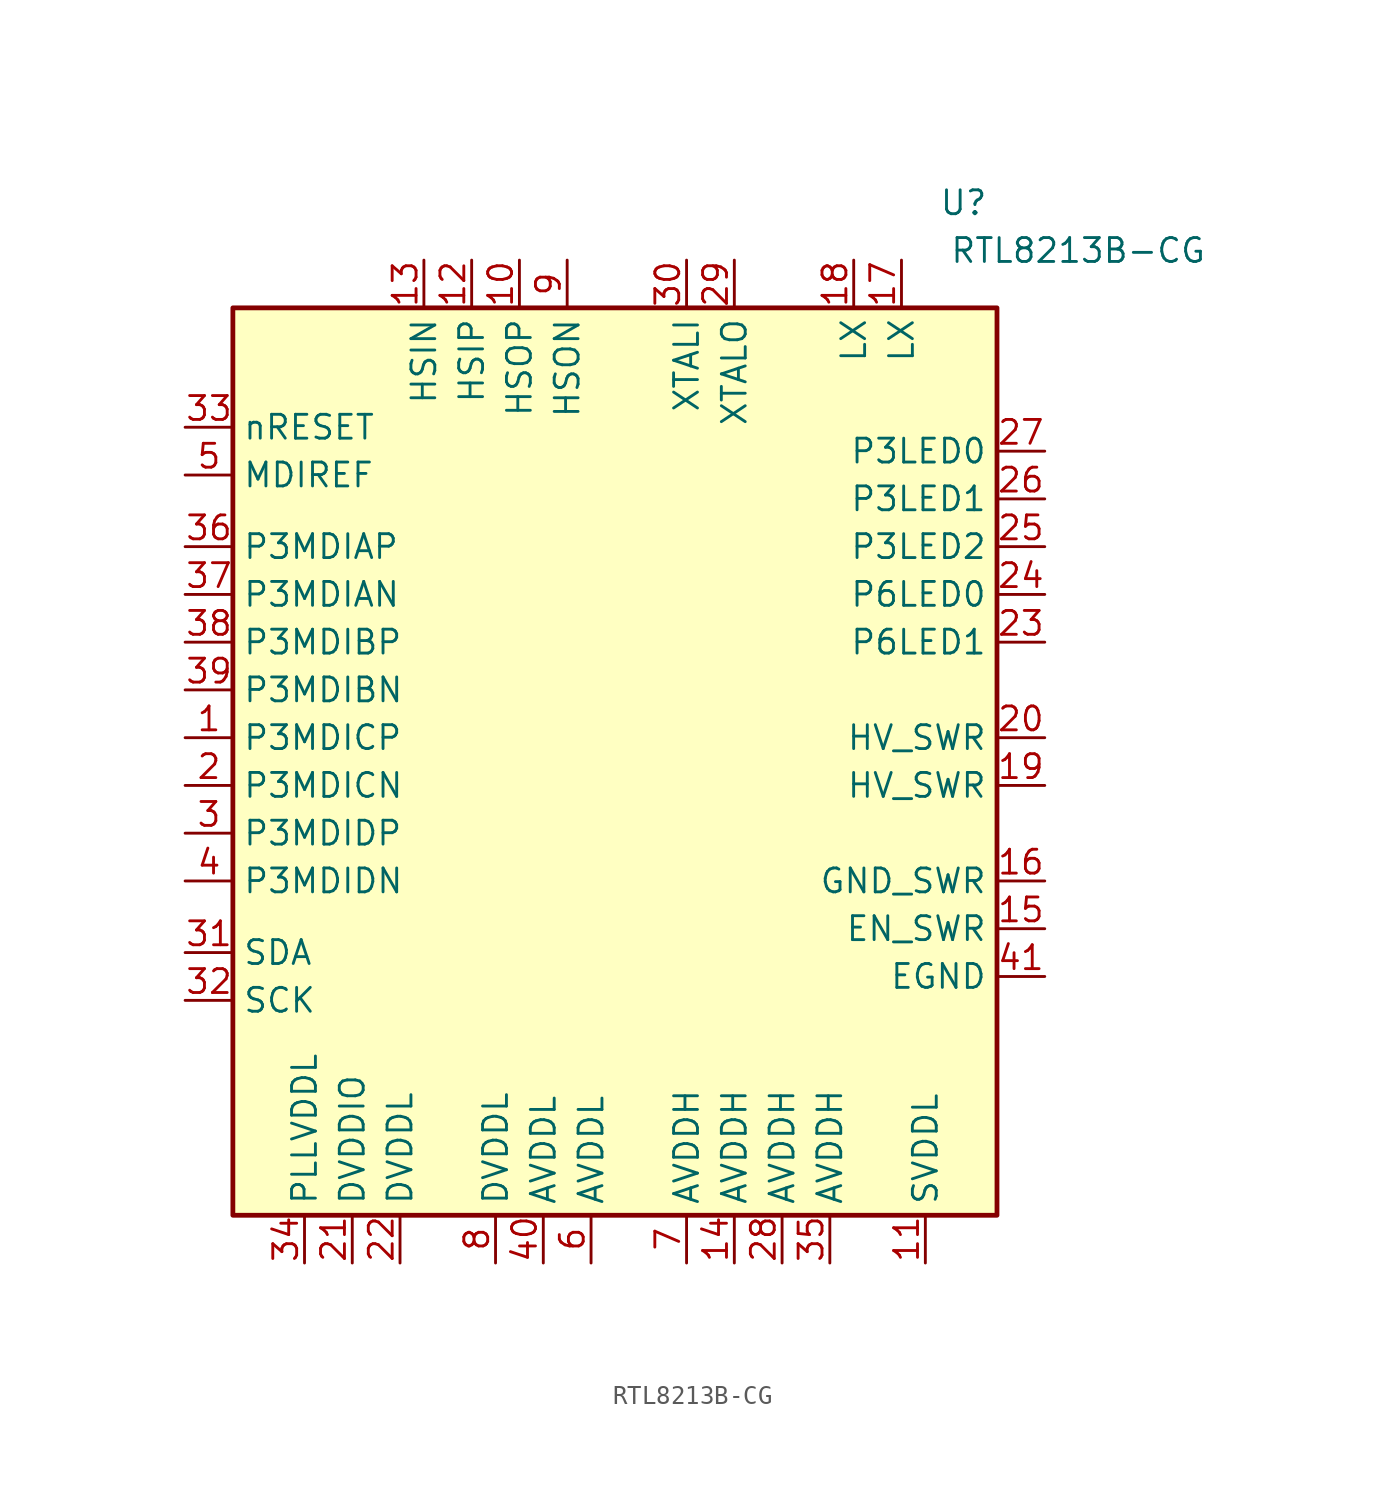
<source format=kicad_sym>
(kicad_symbol_lib
  (version 20231120)
  (generator "kicad_symbol_editor")
  (generator_version "8.0")
  (symbol "RTL8213B-CG"
    (property "Reference" "U"
      (at 18.542 29.718 0)
      (effects (font (size 1.27 1.27))))
    (property "Value" "RTL8213B-CG"
      (at 24.638 27.178 0)
      (effects (font (size 1.27 1.27))))
    (symbol "RTL8213B-CG_1_1"
      (rectangle (start -20.32 24.13) (end 20.32 -24.13) (stroke (width 0.254) (type default)) (fill (type background)))
      (pin bidirectional line (at -22.86 1.27 0) (length 2.54) (name "P3MDICP" (effects (font (size 1.27 1.27)))) (number "1" (effects (font (size 1.27 1.27)))))
      (pin output line (at -5.08 26.67 270) (length 2.54) (name "HSOP" (effects (font (size 1.27 1.27)))) (number "10" (effects (font (size 1.27 1.27)))))
      (pin power_in line (at 16.51 -26.67 90) (length 2.54) (name "SVDDL" (effects (font (size 1.27 1.27)))) (number "11" (effects (font (size 1.27 1.27)))))
      (pin input line (at -7.62 26.67 270) (length 2.54) (name "HSIP" (effects (font (size 1.27 1.27)))) (number "12" (effects (font (size 1.27 1.27)))))
      (pin input line (at -10.16 26.67 270) (length 2.54) (name "HSIN" (effects (font (size 1.27 1.27)))) (number "13" (effects (font (size 1.27 1.27)))))
      (pin power_in line (at 6.35 -26.67 90) (length 2.54) (name "AVDDH" (effects (font (size 1.27 1.27)))) (number "14" (effects (font (size 1.27 1.27)))))
      (pin input line (at 22.86 -8.89 180) (length 2.54) (name "EN_SWR" (effects (font (size 1.27 1.27)))) (number "15" (effects (font (size 1.27 1.27)))))
      (pin power_in line (at 22.86 -6.35 180) (length 2.54) (name "GND_SWR" (effects (font (size 1.27 1.27)))) (number "16" (effects (font (size 1.27 1.27)))))
      (pin output line (at 15.24 26.67 270) (length 2.54) (name "LX" (effects (font (size 1.27 1.27)))) (number "17" (effects (font (size 1.27 1.27)))))
      (pin output line (at 12.7 26.67 270) (length 2.54) (name "LX" (effects (font (size 1.27 1.27)))) (number "18" (effects (font (size 1.27 1.27)))))
      (pin power_out line (at 22.86 -1.27 180) (length 2.54) (name "HV_SWR" (effects (font (size 1.27 1.27)))) (number "19" (effects (font (size 1.27 1.27)))))
      (pin bidirectional line (at -22.86 -1.27 0) (length 2.54) (name "P3MDICN" (effects (font (size 1.27 1.27)))) (number "2" (effects (font (size 1.27 1.27)))))
      (pin power_out line (at 22.86 1.27 180) (length 2.54) (name "HV_SWR" (effects (font (size 1.27 1.27)))) (number "20" (effects (font (size 1.27 1.27)))))
      (pin power_out line (at -13.97 -26.67 90) (length 2.54) (name "DVDDIO" (effects (font (size 1.27 1.27)))) (number "21" (effects (font (size 1.27 1.27)))))
      (pin power_out line (at -11.43 -26.67 90) (length 2.54) (name "DVDDL" (effects (font (size 1.27 1.27)))) (number "22" (effects (font (size 1.27 1.27)))))
      (pin bidirectional line (at 22.86 6.35 180) (length 2.54) (name "P6LED1" (effects (font (size 1.27 1.27)))) (number "23" (effects (font (size 1.27 1.27)))))
      (pin bidirectional line (at 22.86 8.89 180) (length 2.54) (name "P6LED0" (effects (font (size 1.27 1.27)))) (number "24" (effects (font (size 1.27 1.27)))))
      (pin bidirectional line (at 22.86 11.43 180) (length 2.54) (name "P3LED2" (effects (font (size 1.27 1.27)))) (number "25" (effects (font (size 1.27 1.27)))))
      (pin bidirectional line (at 22.86 13.97 180) (length 2.54) (name "P3LED1" (effects (font (size 1.27 1.27)))) (number "26" (effects (font (size 1.27 1.27)))))
      (pin bidirectional line (at 22.86 16.51 180) (length 2.54) (name "P3LED0" (effects (font (size 1.27 1.27)))) (number "27" (effects (font (size 1.27 1.27)))))
      (pin power_in line (at 8.89 -26.67 90) (length 2.54) (name "AVDDH" (effects (font (size 1.27 1.27)))) (number "28" (effects (font (size 1.27 1.27)))))
      (pin output line (at 6.35 26.67 270) (length 2.54) (name "XTALO" (effects (font (size 1.27 1.27)))) (number "29" (effects (font (size 1.27 1.27)))))
      (pin bidirectional line (at -22.86 -3.81 0) (length 2.54) (name "P3MDIDP" (effects (font (size 1.27 1.27)))) (number "3" (effects (font (size 1.27 1.27)))))
      (pin input line (at 3.81 26.67 270) (length 2.54) (name "XTALI" (effects (font (size 1.27 1.27)))) (number "30" (effects (font (size 1.27 1.27)))))
      (pin bidirectional line (at -22.86 -10.16 0) (length 2.54) (name "SDA" (effects (font (size 1.27 1.27)))) (number "31" (effects (font (size 1.27 1.27)))))
      (pin bidirectional line (at -22.86 -12.7 0) (length 2.54) (name "SCK" (effects (font (size 1.27 1.27)))) (number "32" (effects (font (size 1.27 1.27)))))
      (pin input line (at -22.86 17.78 0) (length 2.54) (name "nRESET" (effects (font (size 1.27 1.27)))) (number "33" (effects (font (size 1.27 1.27)))))
      (pin power_in line (at -16.51 -26.67 90) (length 2.54) (name "PLLVDDL" (effects (font (size 1.27 1.27)))) (number "34" (effects (font (size 1.27 1.27)))))
      (pin power_in line (at 11.43 -26.67 90) (length 2.54) (name "AVDDH" (effects (font (size 1.27 1.27)))) (number "35" (effects (font (size 1.27 1.27)))))
      (pin bidirectional line (at -22.86 11.43 0) (length 2.54) (name "P3MDIAP" (effects (font (size 1.27 1.27)))) (number "36" (effects (font (size 1.27 1.27)))))
      (pin bidirectional line (at -22.86 8.89 0) (length 2.54) (name "P3MDIAN" (effects (font (size 1.27 1.27)))) (number "37" (effects (font (size 1.27 1.27)))))
      (pin bidirectional line (at -22.86 6.35 0) (length 2.54) (name "P3MDIBP" (effects (font (size 1.27 1.27)))) (number "38" (effects (font (size 1.27 1.27)))))
      (pin bidirectional line (at -22.86 3.81 0) (length 2.54) (name "P3MDIBN" (effects (font (size 1.27 1.27)))) (number "39" (effects (font (size 1.27 1.27)))))
      (pin bidirectional line (at -22.86 -6.35 0) (length 2.54) (name "P3MDIDN" (effects (font (size 1.27 1.27)))) (number "4" (effects (font (size 1.27 1.27)))))
      (pin power_in line (at -3.81 -26.67 90) (length 2.54) (name "AVDDL" (effects (font (size 1.27 1.27)))) (number "40" (effects (font (size 1.27 1.27)))))
      (pin passive line (at 22.86 -11.43 180) (length 2.54) (name "EGND" (effects (font (size 1.27 1.27)))) (number "41" (effects (font (size 1.27 1.27)))))
      (pin output line (at -22.86 15.24 0) (length 2.54) (name "MDIREF" (effects (font (size 1.27 1.27)))) (number "5" (effects (font (size 1.27 1.27)))))
      (pin power_in line (at -1.27 -26.67 90) (length 2.54) (name "AVDDL" (effects (font (size 1.27 1.27)))) (number "6" (effects (font (size 1.27 1.27)))))
      (pin power_in line (at 3.81 -26.67 90) (length 2.54) (name "AVDDH" (effects (font (size 1.27 1.27)))) (number "7" (effects (font (size 1.27 1.27)))))
      (pin power_out line (at -6.35 -26.67 90) (length 2.54) (name "DVDDL" (effects (font (size 1.27 1.27)))) (number "8" (effects (font (size 1.27 1.27)))))
      (pin output line (at -2.54 26.67 270) (length 2.54) (name "HSON" (effects (font (size 1.27 1.27)))) (number "9" (effects (font (size 1.27 1.27))))))))
</source>
